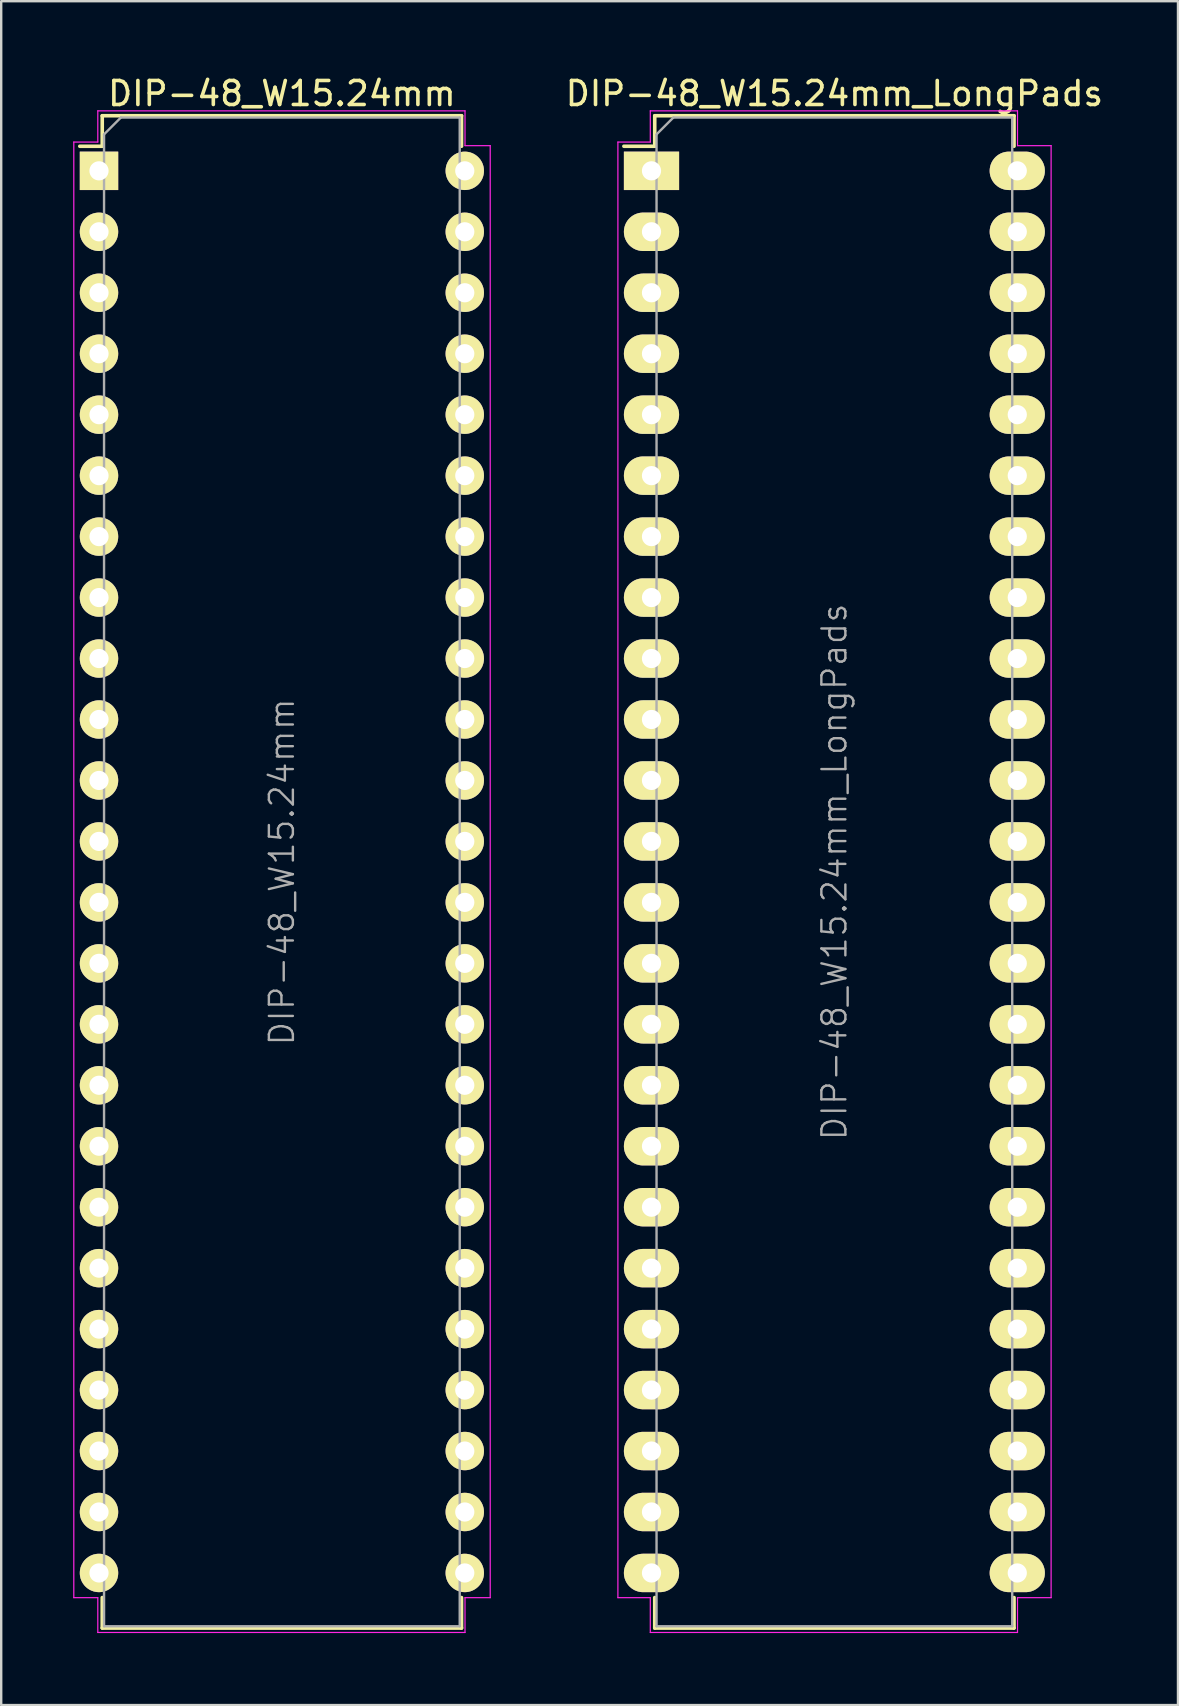
<source format=kicad_pcb>
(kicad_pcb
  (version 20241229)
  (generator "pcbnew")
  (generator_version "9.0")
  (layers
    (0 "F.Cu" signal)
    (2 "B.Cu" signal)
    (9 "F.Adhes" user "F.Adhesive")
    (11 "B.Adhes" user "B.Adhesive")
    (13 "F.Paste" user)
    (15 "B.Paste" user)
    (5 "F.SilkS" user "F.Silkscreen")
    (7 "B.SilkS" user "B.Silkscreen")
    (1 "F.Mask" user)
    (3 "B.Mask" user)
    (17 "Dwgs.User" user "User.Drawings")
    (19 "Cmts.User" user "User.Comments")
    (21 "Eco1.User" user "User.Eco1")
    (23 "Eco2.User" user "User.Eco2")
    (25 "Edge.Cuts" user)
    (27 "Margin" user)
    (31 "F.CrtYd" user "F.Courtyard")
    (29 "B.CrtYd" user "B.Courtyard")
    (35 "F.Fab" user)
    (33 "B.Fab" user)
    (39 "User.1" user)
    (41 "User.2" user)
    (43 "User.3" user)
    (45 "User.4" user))
  (footprint "DIP-48_W15.24mm"
    (layer "F.Cu")
    (at 1.075 4.068)
    (property "Reference" "DIP-48_W15.24mm" (at 7.62 -3.22 0) (layer "F.SilkS") (effects (font (size 1 1) (thickness 0.15))))
    (attr smd)
    (fp_line (start 0.135 -2.295) (end 0.135 -1.025) (stroke (width 0.15) (type solid)) (layer "F.SilkS"))
    (fp_line (start 0.135 -2.295) (end 15.105 -2.295) (stroke (width 0.15) (type solid)) (layer "F.SilkS"))
    (fp_line (start 0.135 -1.025) (end -0.8 -1.025) (stroke (width 0.15) (type solid)) (layer "F.SilkS"))
    (fp_line (start 0.135 60.715) (end 0.135 59.445) (stroke (width 0.15) (type solid)) (layer "F.SilkS"))
    (fp_line (start 0.135 60.715) (end 15.105 60.715) (stroke (width 0.15) (type solid)) (layer "F.SilkS"))
    (fp_line (start 15.105 -2.295) (end 15.105 -1.025) (stroke (width 0.15) (type solid)) (layer "F.SilkS"))
    (fp_line (start 15.105 60.715) (end 15.105 59.445) (stroke (width 0.15) (type solid)) (layer "F.SilkS"))
    (fp_line (start -1.05 -1.2) (end -1.05 59.45) (stroke (width 0.05) (type solid)) (layer "F.CrtYd"))
    (fp_line (start -1.05 -1.2) (end -0.05 -1.2) (stroke (width 0.05) (type solid)) (layer "F.CrtYd"))
    (fp_line (start -1.05 59.45) (end -0.05 59.45) (stroke (width 0.05) (type solid)) (layer "F.CrtYd"))
    (fp_line (start -0.05 -2.5) (end -0.05 -1.2) (stroke (width 0.05) (type solid)) (layer "F.CrtYd"))
    (fp_line (start -0.05 60.9) (end -0.05 59.45) (stroke (width 0.05) (type solid)) (layer "F.CrtYd"))
    (fp_line (start 15.25 -2.5) (end -0.05 -2.5) (stroke (width 0.05) (type solid)) (layer "F.CrtYd"))
    (fp_line (start 15.25 -2.5) (end 15.25 -1.05) (stroke (width 0.05) (type solid)) (layer "F.CrtYd"))
    (fp_line (start 15.25 60.9) (end -0.05 60.9) (stroke (width 0.05) (type solid)) (layer "F.CrtYd"))
    (fp_line (start 15.25 60.9) (end 15.25 59.45) (stroke (width 0.05) (type solid)) (layer "F.CrtYd"))
    (fp_line (start 16.3 -1.05) (end 15.25 -1.05) (stroke (width 0.05) (type solid)) (layer "F.CrtYd"))
    (fp_line (start 16.3 -1.05) (end 16.3 59.45) (stroke (width 0.05) (type solid)) (layer "F.CrtYd"))
    (fp_line (start 16.3 59.45) (end 15.25 59.45) (stroke (width 0.05) (type solid)) (layer "F.CrtYd"))
    (fp_line (start 0.21 -1.52) (end 0.91 -2.22) (stroke (width 0.1) (type solid)) (layer "F.Fab"))
    (fp_line (start 0.21 60.64) (end 0.21 -1.52) (stroke (width 0.1) (type solid)) (layer "F.Fab"))
    (fp_line (start 15.03 -2.22) (end 0.91 -2.22) (stroke (width 0.1) (type solid)) (layer "F.Fab"))
    (fp_line (start 15.03 60.64) (end 0.21 60.64) (stroke (width 0.1) (type solid)) (layer "F.Fab"))
    (fp_line (start 15.03 60.64) (end 15.03 -2.22) (stroke (width 0.1) (type solid)) (layer "F.Fab"))
    (fp_text user "${REFERENCE}" (at 7.62 29.21 90) (layer "F.Fab") (effects (font (size 1 1) (thickness 0.1))))
    (pad "1" thru_hole rect (at 0 0) (size 1.6 1.6) (drill 0.8) (layers "*.Cu" "*.Mask" "F.SilkS"))
    (pad "2" thru_hole oval (at 0 2.54) (size 1.6 1.6) (drill 0.8) (layers "*.Cu" "*.Mask" "F.SilkS"))
    (pad "3" thru_hole oval (at 0 5.08) (size 1.6 1.6) (drill 0.8) (layers "*.Cu" "*.Mask" "F.SilkS"))
    (pad "4" thru_hole oval (at 0 7.62) (size 1.6 1.6) (drill 0.8) (layers "*.Cu" "*.Mask" "F.SilkS"))
    (pad "5" thru_hole oval (at 0 10.16) (size 1.6 1.6) (drill 0.8) (layers "*.Cu" "*.Mask" "F.SilkS"))
    (pad "6" thru_hole oval (at 0 12.7) (size 1.6 1.6) (drill 0.8) (layers "*.Cu" "*.Mask" "F.SilkS"))
    (pad "7" thru_hole oval (at 0 15.24) (size 1.6 1.6) (drill 0.8) (layers "*.Cu" "*.Mask" "F.SilkS"))
    (pad "8" thru_hole oval (at 0 17.78) (size 1.6 1.6) (drill 0.8) (layers "*.Cu" "*.Mask" "F.SilkS"))
    (pad "9" thru_hole oval (at 0 20.32) (size 1.6 1.6) (drill 0.8) (layers "*.Cu" "*.Mask" "F.SilkS"))
    (pad "10" thru_hole oval (at 0 22.86) (size 1.6 1.6) (drill 0.8) (layers "*.Cu" "*.Mask" "F.SilkS"))
    (pad "11" thru_hole oval (at 0 25.4) (size 1.6 1.6) (drill 0.8) (layers "*.Cu" "*.Mask" "F.SilkS"))
    (pad "12" thru_hole oval (at 0 27.94) (size 1.6 1.6) (drill 0.8) (layers "*.Cu" "*.Mask" "F.SilkS"))
    (pad "13" thru_hole oval (at 0 30.48) (size 1.6 1.6) (drill 0.8) (layers "*.Cu" "*.Mask" "F.SilkS"))
    (pad "14" thru_hole oval (at 0 33.02) (size 1.6 1.6) (drill 0.8) (layers "*.Cu" "*.Mask" "F.SilkS"))
    (pad "15" thru_hole oval (at 0 35.56) (size 1.6 1.6) (drill 0.8) (layers "*.Cu" "*.Mask" "F.SilkS"))
    (pad "16" thru_hole oval (at 0 38.1) (size 1.6 1.6) (drill 0.8) (layers "*.Cu" "*.Mask" "F.SilkS"))
    (pad "17" thru_hole oval (at 0 40.64) (size 1.6 1.6) (drill 0.8) (layers "*.Cu" "*.Mask" "F.SilkS"))
    (pad "18" thru_hole oval (at 0 43.18) (size 1.6 1.6) (drill 0.8) (layers "*.Cu" "*.Mask" "F.SilkS"))
    (pad "19" thru_hole oval (at 0 45.72) (size 1.6 1.6) (drill 0.8) (layers "*.Cu" "*.Mask" "F.SilkS"))
    (pad "20" thru_hole oval (at 0 48.26) (size 1.6 1.6) (drill 0.8) (layers "*.Cu" "*.Mask" "F.SilkS"))
    (pad "21" thru_hole oval (at 0 50.8) (size 1.6 1.6) (drill 0.8) (layers "*.Cu" "*.Mask" "F.SilkS"))
    (pad "22" thru_hole oval (at 0 53.34) (size 1.6 1.6) (drill 0.8) (layers "*.Cu" "*.Mask" "F.SilkS"))
    (pad "23" thru_hole oval (at 0 55.88) (size 1.6 1.6) (drill 0.8) (layers "*.Cu" "*.Mask" "F.SilkS"))
    (pad "24" thru_hole oval (at 0 58.42) (size 1.6 1.6) (drill 0.8) (layers "*.Cu" "*.Mask" "F.SilkS"))
    (pad "25" thru_hole oval (at 15.24 58.42) (size 1.6 1.6) (drill 0.8) (layers "*.Cu" "*.Mask" "F.SilkS"))
    (pad "26" thru_hole oval (at 15.24 55.88) (size 1.6 1.6) (drill 0.8) (layers "*.Cu" "*.Mask" "F.SilkS"))
    (pad "27" thru_hole oval (at 15.24 53.34) (size 1.6 1.6) (drill 0.8) (layers "*.Cu" "*.Mask" "F.SilkS"))
    (pad "28" thru_hole oval (at 15.24 50.8) (size 1.6 1.6) (drill 0.8) (layers "*.Cu" "*.Mask" "F.SilkS"))
    (pad "29" thru_hole oval (at 15.24 48.26) (size 1.6 1.6) (drill 0.8) (layers "*.Cu" "*.Mask" "F.SilkS"))
    (pad "30" thru_hole oval (at 15.24 45.72) (size 1.6 1.6) (drill 0.8) (layers "*.Cu" "*.Mask" "F.SilkS"))
    (pad "31" thru_hole oval (at 15.24 43.18) (size 1.6 1.6) (drill 0.8) (layers "*.Cu" "*.Mask" "F.SilkS"))
    (pad "32" thru_hole oval (at 15.24 40.64) (size 1.6 1.6) (drill 0.8) (layers "*.Cu" "*.Mask" "F.SilkS"))
    (pad "33" thru_hole oval (at 15.24 38.1) (size 1.6 1.6) (drill 0.8) (layers "*.Cu" "*.Mask" "F.SilkS"))
    (pad "34" thru_hole oval (at 15.24 35.56) (size 1.6 1.6) (drill 0.8) (layers "*.Cu" "*.Mask" "F.SilkS"))
    (pad "35" thru_hole oval (at 15.24 33.02) (size 1.6 1.6) (drill 0.8) (layers "*.Cu" "*.Mask" "F.SilkS"))
    (pad "36" thru_hole oval (at 15.24 30.48) (size 1.6 1.6) (drill 0.8) (layers "*.Cu" "*.Mask" "F.SilkS"))
    (pad "37" thru_hole oval (at 15.24 27.94) (size 1.6 1.6) (drill 0.8) (layers "*.Cu" "*.Mask" "F.SilkS"))
    (pad "38" thru_hole oval (at 15.24 25.4) (size 1.6 1.6) (drill 0.8) (layers "*.Cu" "*.Mask" "F.SilkS"))
    (pad "39" thru_hole oval (at 15.24 22.86) (size 1.6 1.6) (drill 0.8) (layers "*.Cu" "*.Mask" "F.SilkS"))
    (pad "40" thru_hole oval (at 15.24 20.32) (size 1.6 1.6) (drill 0.8) (layers "*.Cu" "*.Mask" "F.SilkS"))
    (pad "41" thru_hole oval (at 15.24 17.78) (size 1.6 1.6) (drill 0.8) (layers "*.Cu" "*.Mask" "F.SilkS"))
    (pad "42" thru_hole oval (at 15.24 15.24) (size 1.6 1.6) (drill 0.8) (layers "*.Cu" "*.Mask" "F.SilkS"))
    (pad "43" thru_hole oval (at 15.24 12.7) (size 1.6 1.6) (drill 0.8) (layers "*.Cu" "*.Mask" "F.SilkS"))
    (pad "44" thru_hole oval (at 15.24 10.16) (size 1.6 1.6) (drill 0.8) (layers "*.Cu" "*.Mask" "F.SilkS"))
    (pad "45" thru_hole oval (at 15.24 7.62) (size 1.6 1.6) (drill 0.8) (layers "*.Cu" "*.Mask" "F.SilkS"))
    (pad "46" thru_hole oval (at 15.24 5.08) (size 1.6 1.6) (drill 0.8) (layers "*.Cu" "*.Mask" "F.SilkS"))
    (pad "47" thru_hole oval (at 15.24 2.54) (size 1.6 1.6) (drill 0.8) (layers "*.Cu" "*.Mask" "F.SilkS"))
    (pad "48" thru_hole oval (at 15.24 0) (size 1.6 1.6) (drill 0.8) (layers "*.Cu" "*.Mask" "F.SilkS")))
  (footprint "DIP-48_W15.24mm_LongPads"
    (layer "F.Cu")
    (at 24.095 4.068)
    (property "Reference" "DIP-48_W15.24mm_LongPads" (at 7.62 -3.22 0) (layer "F.SilkS") (effects (font (size 1 1) (thickness 0.15))))
    (attr smd)
    (fp_line (start 0.135 -2.295) (end 0.135 -1.025) (stroke (width 0.15) (type solid)) (layer "F.SilkS"))
    (fp_line (start 0.135 -2.295) (end 15.105 -2.295) (stroke (width 0.15) (type solid)) (layer "F.SilkS"))
    (fp_line (start 0.135 -1.025) (end -1.15 -1.025) (stroke (width 0.15) (type solid)) (layer "F.SilkS"))
    (fp_line (start 0.135 60.715) (end 0.135 59.445) (stroke (width 0.15) (type solid)) (layer "F.SilkS"))
    (fp_line (start 0.135 60.715) (end 15.105 60.715) (stroke (width 0.15) (type solid)) (layer "F.SilkS"))
    (fp_line (start 15.105 -2.295) (end 15.105 -1.025) (stroke (width 0.15) (type solid)) (layer "F.SilkS"))
    (fp_line (start 15.105 60.715) (end 15.105 59.445) (stroke (width 0.15) (type solid)) (layer "F.SilkS"))
    (fp_line (start -1.4 -1.2) (end -1.4 59.45) (stroke (width 0.05) (type solid)) (layer "F.CrtYd"))
    (fp_line (start -1.4 -1.2) (end -0.05 -1.2) (stroke (width 0.05) (type solid)) (layer "F.CrtYd"))
    (fp_line (start -1.4 59.45) (end -0.05 59.45) (stroke (width 0.05) (type solid)) (layer "F.CrtYd"))
    (fp_line (start -0.05 -2.5) (end -0.05 -1.2) (stroke (width 0.05) (type solid)) (layer "F.CrtYd"))
    (fp_line (start -0.05 60.9) (end -0.05 59.45) (stroke (width 0.05) (type solid)) (layer "F.CrtYd"))
    (fp_line (start 15.25 -2.5) (end -0.05 -2.5) (stroke (width 0.05) (type solid)) (layer "F.CrtYd"))
    (fp_line (start 15.25 -2.5) (end 15.25 -1.05) (stroke (width 0.05) (type solid)) (layer "F.CrtYd"))
    (fp_line (start 15.25 60.9) (end -0.05 60.9) (stroke (width 0.05) (type solid)) (layer "F.CrtYd"))
    (fp_line (start 15.25 60.9) (end 15.25 59.45) (stroke (width 0.05) (type solid)) (layer "F.CrtYd"))
    (fp_line (start 16.65 -1.05) (end 15.25 -1.05) (stroke (width 0.05) (type solid)) (layer "F.CrtYd"))
    (fp_line (start 16.65 -1.05) (end 16.65 59.45) (stroke (width 0.05) (type solid)) (layer "F.CrtYd"))
    (fp_line (start 16.65 59.45) (end 15.25 59.45) (stroke (width 0.05) (type solid)) (layer "F.CrtYd"))
    (fp_line (start 0.21 -1.52) (end 0.91 -2.22) (stroke (width 0.1) (type solid)) (layer "F.Fab"))
    (fp_line (start 0.21 60.64) (end 0.21 -1.52) (stroke (width 0.1) (type solid)) (layer "F.Fab"))
    (fp_line (start 15.03 -2.22) (end 0.91 -2.22) (stroke (width 0.1) (type solid)) (layer "F.Fab"))
    (fp_line (start 15.03 60.64) (end 0.21 60.64) (stroke (width 0.1) (type solid)) (layer "F.Fab"))
    (fp_line (start 15.03 60.64) (end 15.03 -2.22) (stroke (width 0.1) (type solid)) (layer "F.Fab"))
    (fp_text user "${REFERENCE}" (at 7.62 29.21 90) (layer "F.Fab") (effects (font (size 1 1) (thickness 0.1))))
    (pad "1" thru_hole rect (at 0 0) (size 2.3 1.6) (drill 0.8) (layers "*.Cu" "*.Mask" "F.SilkS"))
    (pad "2" thru_hole oval (at 0 2.54) (size 2.3 1.6) (drill 0.8) (layers "*.Cu" "*.Mask" "F.SilkS"))
    (pad "3" thru_hole oval (at 0 5.08) (size 2.3 1.6) (drill 0.8) (layers "*.Cu" "*.Mask" "F.SilkS"))
    (pad "4" thru_hole oval (at 0 7.62) (size 2.3 1.6) (drill 0.8) (layers "*.Cu" "*.Mask" "F.SilkS"))
    (pad "5" thru_hole oval (at 0 10.16) (size 2.3 1.6) (drill 0.8) (layers "*.Cu" "*.Mask" "F.SilkS"))
    (pad "6" thru_hole oval (at 0 12.7) (size 2.3 1.6) (drill 0.8) (layers "*.Cu" "*.Mask" "F.SilkS"))
    (pad "7" thru_hole oval (at 0 15.24) (size 2.3 1.6) (drill 0.8) (layers "*.Cu" "*.Mask" "F.SilkS"))
    (pad "8" thru_hole oval (at 0 17.78) (size 2.3 1.6) (drill 0.8) (layers "*.Cu" "*.Mask" "F.SilkS"))
    (pad "9" thru_hole oval (at 0 20.32) (size 2.3 1.6) (drill 0.8) (layers "*.Cu" "*.Mask" "F.SilkS"))
    (pad "10" thru_hole oval (at 0 22.86) (size 2.3 1.6) (drill 0.8) (layers "*.Cu" "*.Mask" "F.SilkS"))
    (pad "11" thru_hole oval (at 0 25.4) (size 2.3 1.6) (drill 0.8) (layers "*.Cu" "*.Mask" "F.SilkS"))
    (pad "12" thru_hole oval (at 0 27.94) (size 2.3 1.6) (drill 0.8) (layers "*.Cu" "*.Mask" "F.SilkS"))
    (pad "13" thru_hole oval (at 0 30.48) (size 2.3 1.6) (drill 0.8) (layers "*.Cu" "*.Mask" "F.SilkS"))
    (pad "14" thru_hole oval (at 0 33.02) (size 2.3 1.6) (drill 0.8) (layers "*.Cu" "*.Mask" "F.SilkS"))
    (pad "15" thru_hole oval (at 0 35.56) (size 2.3 1.6) (drill 0.8) (layers "*.Cu" "*.Mask" "F.SilkS"))
    (pad "16" thru_hole oval (at 0 38.1) (size 2.3 1.6) (drill 0.8) (layers "*.Cu" "*.Mask" "F.SilkS"))
    (pad "17" thru_hole oval (at 0 40.64) (size 2.3 1.6) (drill 0.8) (layers "*.Cu" "*.Mask" "F.SilkS"))
    (pad "18" thru_hole oval (at 0 43.18) (size 2.3 1.6) (drill 0.8) (layers "*.Cu" "*.Mask" "F.SilkS"))
    (pad "19" thru_hole oval (at 0 45.72) (size 2.3 1.6) (drill 0.8) (layers "*.Cu" "*.Mask" "F.SilkS"))
    (pad "20" thru_hole oval (at 0 48.26) (size 2.3 1.6) (drill 0.8) (layers "*.Cu" "*.Mask" "F.SilkS"))
    (pad "21" thru_hole oval (at 0 50.8) (size 2.3 1.6) (drill 0.8) (layers "*.Cu" "*.Mask" "F.SilkS"))
    (pad "22" thru_hole oval (at 0 53.34) (size 2.3 1.6) (drill 0.8) (layers "*.Cu" "*.Mask" "F.SilkS"))
    (pad "23" thru_hole oval (at 0 55.88) (size 2.3 1.6) (drill 0.8) (layers "*.Cu" "*.Mask" "F.SilkS"))
    (pad "24" thru_hole oval (at 0 58.42) (size 2.3 1.6) (drill 0.8) (layers "*.Cu" "*.Mask" "F.SilkS"))
    (pad "25" thru_hole oval (at 15.24 58.42) (size 2.3 1.6) (drill 0.8) (layers "*.Cu" "*.Mask" "F.SilkS"))
    (pad "26" thru_hole oval (at 15.24 55.88) (size 2.3 1.6) (drill 0.8) (layers "*.Cu" "*.Mask" "F.SilkS"))
    (pad "27" thru_hole oval (at 15.24 53.34) (size 2.3 1.6) (drill 0.8) (layers "*.Cu" "*.Mask" "F.SilkS"))
    (pad "28" thru_hole oval (at 15.24 50.8) (size 2.3 1.6) (drill 0.8) (layers "*.Cu" "*.Mask" "F.SilkS"))
    (pad "29" thru_hole oval (at 15.24 48.26) (size 2.3 1.6) (drill 0.8) (layers "*.Cu" "*.Mask" "F.SilkS"))
    (pad "30" thru_hole oval (at 15.24 45.72) (size 2.3 1.6) (drill 0.8) (layers "*.Cu" "*.Mask" "F.SilkS"))
    (pad "31" thru_hole oval (at 15.24 43.18) (size 2.3 1.6) (drill 0.8) (layers "*.Cu" "*.Mask" "F.SilkS"))
    (pad "32" thru_hole oval (at 15.24 40.64) (size 2.3 1.6) (drill 0.8) (layers "*.Cu" "*.Mask" "F.SilkS"))
    (pad "33" thru_hole oval (at 15.24 38.1) (size 2.3 1.6) (drill 0.8) (layers "*.Cu" "*.Mask" "F.SilkS"))
    (pad "34" thru_hole oval (at 15.24 35.56) (size 2.3 1.6) (drill 0.8) (layers "*.Cu" "*.Mask" "F.SilkS"))
    (pad "35" thru_hole oval (at 15.24 33.02) (size 2.3 1.6) (drill 0.8) (layers "*.Cu" "*.Mask" "F.SilkS"))
    (pad "36" thru_hole oval (at 15.24 30.48) (size 2.3 1.6) (drill 0.8) (layers "*.Cu" "*.Mask" "F.SilkS"))
    (pad "37" thru_hole oval (at 15.24 27.94) (size 2.3 1.6) (drill 0.8) (layers "*.Cu" "*.Mask" "F.SilkS"))
    (pad "38" thru_hole oval (at 15.24 25.4) (size 2.3 1.6) (drill 0.8) (layers "*.Cu" "*.Mask" "F.SilkS"))
    (pad "39" thru_hole oval (at 15.24 22.86) (size 2.3 1.6) (drill 0.8) (layers "*.Cu" "*.Mask" "F.SilkS"))
    (pad "40" thru_hole oval (at 15.24 20.32) (size 2.3 1.6) (drill 0.8) (layers "*.Cu" "*.Mask" "F.SilkS"))
    (pad "41" thru_hole oval (at 15.24 17.78) (size 2.3 1.6) (drill 0.8) (layers "*.Cu" "*.Mask" "F.SilkS"))
    (pad "42" thru_hole oval (at 15.24 15.24) (size 2.3 1.6) (drill 0.8) (layers "*.Cu" "*.Mask" "F.SilkS"))
    (pad "43" thru_hole oval (at 15.24 12.7) (size 2.3 1.6) (drill 0.8) (layers "*.Cu" "*.Mask" "F.SilkS"))
    (pad "44" thru_hole oval (at 15.24 10.16) (size 2.3 1.6) (drill 0.8) (layers "*.Cu" "*.Mask" "F.SilkS"))
    (pad "45" thru_hole oval (at 15.24 7.62) (size 2.3 1.6) (drill 0.8) (layers "*.Cu" "*.Mask" "F.SilkS"))
    (pad "46" thru_hole oval (at 15.24 5.08) (size 2.3 1.6) (drill 0.8) (layers "*.Cu" "*.Mask" "F.SilkS"))
    (pad "47" thru_hole oval (at 15.24 2.54) (size 2.3 1.6) (drill 0.8) (layers "*.Cu" "*.Mask" "F.SilkS"))
    (pad "48" thru_hole oval (at 15.24 0) (size 2.3 1.6) (drill 0.8) (layers "*.Cu" "*.Mask" "F.SilkS")))
  (gr_rect
    (start -3 -3)
    (end 46.031 67.993)
    (stroke (width 0.1) (type default))
    (fill no)
    (layer "Edge.Cuts")))
</source>
